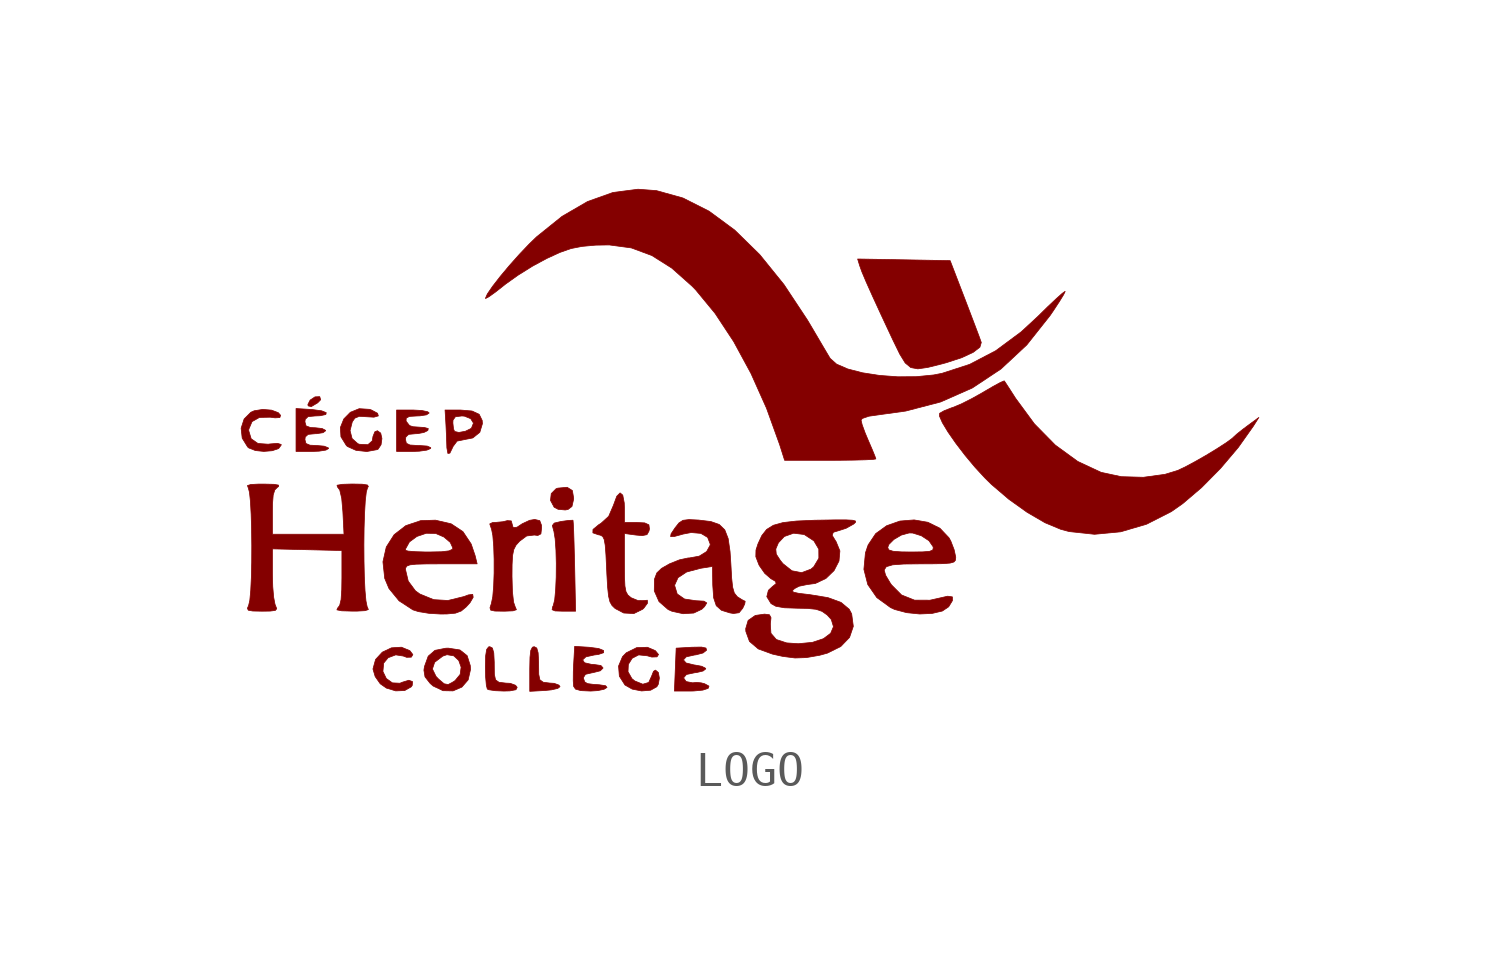
<source format=kicad_sym>
(kicad_symbol_lib
  (version 20220914)
  (generator "bitmap2component")
  (generator_version "8.0")
  (symbol "LOGO"
    (pin_names
      (offset 1.016))
    (property "Reference" "#G"
      (at 0 10.626 0)
      (effects (font (size 1.27 1.27)) hide))
    (symbol "LOGO_0_0"
      (polyline (pts (xy -9.421 -7.182) (xy -9.235 -7.077) (xy -9.205 -7.034) (xy -9.198 -6.926) (xy -9.303 -6.888) (xy -9.481 -6.942) (xy -9.558 -6.973) (xy -9.773 -6.963) (xy -9.948 -6.838) (xy -10.045 -6.636) (xy -10.023 -6.397) (xy -9.895 -6.243) (xy -9.678 -6.161) (xy -9.46 -6.195) (xy -9.367 -6.231) (xy -9.232 -6.227) (xy -9.188 -6.153) (xy -9.274 -6.041) (xy -9.514 -5.942) (xy -9.8 -5.96) (xy -10.062 -6.084) (xy -10.255 -6.293) (xy -10.329 -6.562) (xy -10.329 -6.569) (xy -10.266 -6.782) (xy -10.121 -6.989) (xy -9.945 -7.112) (xy -9.678 -7.192) (xy -9.421 -7.182)) (stroke (width 0.01) (type default)) (fill (type outline)))
      (polyline (pts (xy -7.785 -7.084) (xy -7.605 -6.877) (xy -7.538 -6.583) (xy -7.544 -6.468) (xy -7.634 -6.184) (xy -7.84 -6.021) (xy -8.171 -5.969) (xy -8.246 -5.971) (xy -8.555 -6.032) (xy -8.748 -6.199) (xy -8.855 -6.494) (xy -8.866 -6.566) (xy -8.628 -6.566) (xy -8.564 -6.373) (xy -8.332 -6.197) (xy -8.211 -6.156) (xy -8.017 -6.189) (xy -7.874 -6.322) (xy -7.806 -6.513) (xy -7.833 -6.719) (xy -7.978 -6.896) (xy -8.025 -6.929) (xy -8.176 -7.011) (xy -8.292 -6.989) (xy -8.451 -6.855) (xy -8.524 -6.779) (xy -8.628 -6.566) (xy -8.866 -6.566) (xy -8.871 -6.599) (xy -8.84 -6.79) (xy -8.692 -6.979) (xy -8.607 -7.053) (xy -8.325 -7.186) (xy -8.038 -7.192) (xy -7.785 -7.084)) (stroke (width 0.01) (type default)) (fill (type outline)))
      (polyline (pts (xy -6.411 -7.192) (xy -6.237 -7.159) (xy -6.202 -7.091) (xy -6.248 -7.032) (xy -6.4 -6.976) (xy -6.525 -6.97) (xy -6.723 -6.946) (xy -6.821 -6.876) (xy -6.855 -6.719) (xy -6.858 -6.435) (xy -6.858 -6.373) (xy -6.872 -6.104) (xy -6.911 -5.966) (xy -6.985 -5.927) (xy -7.021 -5.934) (xy -7.076 -6.008) (xy -7.104 -6.188) (xy -7.112 -6.505) (xy -7.112 -6.507) (xy -7.104 -6.805) (xy -7.084 -7.033) (xy -7.056 -7.14) (xy -7.013 -7.159) (xy -6.836 -7.186) (xy -6.583 -7.197) (xy -6.411 -7.192)) (stroke (width 0.01) (type default)) (fill (type outline)))
      (polyline (pts (xy -5.397 -7.18) (xy -5.225 -7.163) (xy -5.039 -7.121) (xy -4.976 -7.07) (xy -5.008 -7.026) (xy -5.145 -6.976) (xy -5.264 -6.969) (xy -5.456 -6.945) (xy -5.552 -6.875) (xy -5.585 -6.719) (xy -5.588 -6.435) (xy -5.588 -6.373) (xy -5.602 -6.104) (xy -5.641 -5.966) (xy -5.715 -5.927) (xy -5.765 -5.942) (xy -5.812 -6.032) (xy -5.835 -6.23) (xy -5.842 -6.566) (xy -5.842 -7.205) (xy -5.397 -7.18)) (stroke (width 0.01) (type default)) (fill (type outline)))
      (polyline (pts (xy -3.895 -7.184) (xy -3.713 -7.145) (xy -3.631 -7.093) (xy -3.67 -7.045) (xy -3.852 -7.017) (xy -4.014 -7.007) (xy -4.189 -6.984) (xy -4.269 -6.935) (xy -4.301 -6.843) (xy -4.304 -6.81) (xy -4.248 -6.718) (xy -4.054 -6.673) (xy -4.039 -6.672) (xy -3.822 -6.617) (xy -3.743 -6.537) (xy -3.805 -6.466) (xy -4.015 -6.435) (xy -4.074 -6.433) (xy -4.275 -6.387) (xy -4.328 -6.304) (xy -4.236 -6.218) (xy -4 -6.165) (xy -3.878 -6.15) (xy -3.727 -6.099) (xy -3.728 -6.037) (xy -3.869 -5.98) (xy -4.14 -5.944) (xy -4.556 -5.918) (xy -4.585 -6.42) (xy -4.595 -6.644) (xy -4.597 -6.904) (xy -4.587 -7.06) (xy -4.533 -7.141) (xy -4.382 -7.184) (xy -4.1 -7.197) (xy -3.895 -7.184)) (stroke (width 0.01) (type default)) (fill (type outline)))
      (polyline (pts (xy -2.383 -7.173) (xy -2.205 -7.074) (xy -2.162 -7) (xy -2.132 -6.825) (xy -2.161 -6.666) (xy -2.244 -6.597) (xy -2.3 -6.633) (xy -2.356 -6.775) (xy -2.437 -6.951) (xy -2.606 -7.001) (xy -2.837 -6.908) (xy -2.918 -6.842) (xy -3.03 -6.643) (xy -3.02 -6.434) (xy -2.911 -6.259) (xy -2.724 -6.162) (xy -2.48 -6.187) (xy -2.349 -6.224) (xy -2.2 -6.218) (xy -2.156 -6.151) (xy -2.247 -6.041) (xy -2.474 -5.944) (xy -2.783 -5.955) (xy -3.079 -6.102) (xy -3.187 -6.213) (xy -3.3 -6.482) (xy -3.277 -6.772) (xy -3.117 -7.024) (xy -2.911 -7.141) (xy -2.641 -7.194) (xy -2.383 -7.173)) (stroke (width 0.01) (type default)) (fill (type outline)))
      (polyline (pts (xy -1.149 -7.195) (xy -0.888 -7.17) (xy -0.736 -7.12) (xy -0.712 -7.056) (xy -0.837 -6.988) (xy -0.937 -6.962) (xy -1.071 -6.95) (xy -1.181 -6.961) (xy -1.367 -6.925) (xy -1.439 -6.821) (xy -1.439 -6.82) (xy -1.358 -6.723) (xy -1.122 -6.673) (xy -1.065 -6.667) (xy -0.879 -6.622) (xy -0.804 -6.562) (xy -0.809 -6.546) (xy -0.918 -6.488) (xy -1.122 -6.451) (xy -1.139 -6.449) (xy -1.368 -6.393) (xy -1.443 -6.305) (xy -1.364 -6.218) (xy -1.128 -6.165) (xy -1.083 -6.16) (xy -0.882 -6.107) (xy -0.781 -6.028) (xy -0.798 -5.966) (xy -0.928 -5.938) (xy -1.198 -5.943) (xy -1.651 -5.969) (xy -1.676 -6.583) (xy -1.701 -7.197) (xy -1.236 -7.197) (xy -1.149 -7.195)) (stroke (width 0.01) (type default)) (fill (type outline)))
      (polyline (pts (xy 2.075 -6.239) (xy 2.454 -6.173) (xy 2.676 -6.112) (xy 3.06 -5.922) (xy 3.311 -5.662) (xy 3.419 -5.345) (xy 3.372 -4.989) (xy 3.301 -4.855) (xy 3.069 -4.661) (xy 2.693 -4.523) (xy 2.163 -4.436) (xy 2.139 -4.434) (xy 1.85 -4.399) (xy 1.704 -4.366) (xy 1.675 -4.324) (xy 1.739 -4.263) (xy 1.865 -4.197) (xy 2.095 -4.149) (xy 2.333 -4.117) (xy 2.635 -3.974) (xy 2.868 -3.749) (xy 3.009 -3.475) (xy 3.035 -3.186) (xy 2.924 -2.916) (xy 2.91 -2.898) (xy 2.813 -2.738) (xy 2.847 -2.652) (xy 3.027 -2.598) (xy 3.212 -2.538) (xy 3.429 -2.417) (xy 3.482 -2.367) (xy 3.481 -2.33) (xy 3.398 -2.308) (xy 3.212 -2.298) (xy 2.9 -2.298) (xy 2.44 -2.306) (xy 2.314 -2.308) (xy 1.792 -2.331) (xy 1.407 -2.375) (xy 1.131 -2.452) (xy 0.938 -2.572) (xy 0.8 -2.747) (xy 0.69 -2.985) (xy 0.643 -3.131) (xy 1.2 -3.131) (xy 1.275 -2.954) (xy 1.444 -2.773) (xy 1.711 -2.679) (xy 2.004 -2.715) (xy 2.023 -2.722) (xy 2.291 -2.898) (xy 2.431 -3.135) (xy 2.433 -3.395) (xy 2.286 -3.641) (xy 2.206 -3.708) (xy 1.94 -3.808) (xy 1.661 -3.754) (xy 1.405 -3.55) (xy 1.33 -3.458) (xy 1.214 -3.279) (xy 1.2 -3.131) (xy 0.643 -3.131) (xy 0.633 -3.163) (xy 0.629 -3.352) (xy 0.715 -3.577) (xy 0.73 -3.607) (xy 0.886 -3.83) (xy 1.061 -3.981) (xy 1.19 -4.056) (xy 1.211 -4.12) (xy 1.1 -4.21) (xy 0.989 -4.312) (xy 0.943 -4.495) (xy 1.064 -4.693) (xy 1.201 -4.77) (xy 1.443 -4.813) (xy 1.822 -4.826) (xy 2.102 -4.831) (xy 2.352 -4.857) (xy 2.525 -4.916) (xy 2.673 -5.021) (xy 2.789 -5.149) (xy 2.851 -5.354) (xy 2.771 -5.543) (xy 2.565 -5.698) (xy 2.25 -5.803) (xy 1.843 -5.842) (xy 1.511 -5.819) (xy 1.215 -5.722) (xy 1.061 -5.543) (xy 1.044 -5.28) (xy 1.063 -5.097) (xy 1.018 -5.013) (xy 0.878 -4.995) (xy 0.614 -5.033) (xy 0.409 -5.175) (xy 0.339 -5.412) (xy 0.343 -5.49) (xy 0.447 -5.776) (xy 0.699 -5.991) (xy 1.104 -6.139) (xy 1.4 -6.205) (xy 1.75 -6.25) (xy 2.075 -6.239)) (stroke (width 0.01) (type default)) (fill (type outline)))
      (polyline (pts (xy -8.219 -4.991) (xy -7.97 -4.968) (xy -7.803 -4.906) (xy -7.659 -4.787) (xy -7.551 -4.667) (xy -7.461 -4.513) (xy -7.475 -4.43) (xy -7.599 -4.445) (xy -7.723 -4.492) (xy -8.184 -4.605) (xy -8.593 -4.581) (xy -8.989 -4.419) (xy -9.114 -4.328) (xy -9.32 -4.05) (xy -9.398 -3.721) (xy -9.394 -3.674) (xy -9.361 -3.62) (xy -9.271 -3.585) (xy -9.094 -3.566) (xy -8.804 -3.558) (xy -8.373 -3.556) (xy -7.348 -3.556) (xy -7.405 -3.323) (xy -7.519 -2.987) (xy -7.754 -2.634) (xy -8.09 -2.411) (xy -8.54 -2.306) (xy -8.966 -2.32) (xy -9.39 -2.463) (xy -9.724 -2.722) (xy -9.948 -3.074) (xy -9.97 -3.17) (xy -9.398 -3.17) (xy -9.393 -3.122) (xy -9.286 -2.929) (xy -9.072 -2.772) (xy -8.805 -2.681) (xy -8.536 -2.685) (xy -8.3 -2.787) (xy -8.117 -2.942) (xy -8.043 -3.103) (xy -8.054 -3.137) (xy -8.149 -3.184) (xy -8.363 -3.21) (xy -8.721 -3.217) (xy -8.816 -3.217) (xy -9.113 -3.208) (xy -9.32 -3.192) (xy -9.398 -3.17) (xy -9.97 -3.17) (xy -10.044 -3.498) (xy -9.993 -3.972) (xy -9.871 -4.262) (xy -9.582 -4.615) (xy -9.186 -4.873) (xy -9.028 -4.923) (xy -8.729 -4.972) (xy -8.399 -4.992) (xy -8.219 -4.991)) (stroke (width 0.01) (type default)) (fill (type outline)))
      (polyline (pts (xy -2.61 -4.855) (xy -2.574 -4.821) (xy -2.471 -4.68) (xy -2.477 -4.598) (xy -2.594 -4.607) (xy -2.739 -4.609) (xy -2.933 -4.53) (xy -2.949 -4.519) (xy -3.034 -4.448) (xy -3.088 -4.351) (xy -3.118 -4.191) (xy -3.13 -3.934) (xy -3.133 -3.543) (xy -3.133 -2.687) (xy -2.801 -2.732) (xy -2.621 -2.748) (xy -2.487 -2.72) (xy -2.43 -2.62) (xy -2.416 -2.555) (xy -2.432 -2.439) (xy -2.552 -2.384) (xy -2.808 -2.371) (xy -3.133 -2.371) (xy -3.133 -1.947) (xy -3.137 -1.815) (xy -3.18 -1.59) (xy -3.256 -1.525) (xy -3.351 -1.621) (xy -3.448 -1.884) (xy -3.582 -2.195) (xy -3.804 -2.397) (xy -3.865 -2.434) (xy -4.032 -2.572) (xy -4.035 -2.669) (xy -3.873 -2.725) (xy -3.824 -2.734) (xy -3.756 -2.77) (xy -3.712 -2.856) (xy -3.682 -3.022) (xy -3.661 -3.297) (xy -3.641 -3.712) (xy -3.635 -3.848) (xy -3.613 -4.227) (xy -3.586 -4.481) (xy -3.546 -4.644) (xy -3.486 -4.75) (xy -3.398 -4.834) (xy -3.153 -4.963) (xy -2.862 -4.979) (xy -2.61 -4.855)) (stroke (width 0.01) (type default)) (fill (type outline)))
      (polyline (pts (xy -1.147 -4.964) (xy -0.917 -4.855) (xy -0.84 -4.781) (xy -0.775 -4.675) (xy -0.855 -4.624) (xy -1.09 -4.611) (xy -1.412 -4.563) (xy -1.621 -4.418) (xy -1.693 -4.183) (xy -1.693 -4.161) (xy -1.598 -3.951) (xy -1.351 -3.789) (xy -0.962 -3.685) (xy -0.611 -3.629) (xy -0.604 -4.159) (xy -0.603 -4.178) (xy -0.578 -4.53) (xy -0.503 -4.754) (xy -0.355 -4.885) (xy -0.113 -4.96) (xy -0.01 -4.977) (xy 0.149 -4.955) (xy 0.253 -4.828) (xy 0.311 -4.703) (xy 0.324 -4.628) (xy 0.229 -4.58) (xy 0.097 -4.496) (xy 0.013 -4.39) (xy -0.035 -4.225) (xy -0.063 -3.964) (xy -0.085 -3.57) (xy -0.109 -3.205) (xy -0.163 -2.832) (xy -0.26 -2.583) (xy -0.419 -2.429) (xy -0.659 -2.345) (xy -1 -2.304) (xy -1.004 -2.303) (xy -1.286 -2.289) (xy -1.456 -2.31) (xy -1.571 -2.384) (xy -1.687 -2.531) (xy -1.797 -2.697) (xy -1.81 -2.775) (xy -1.7 -2.772) (xy -1.449 -2.703) (xy -1.223 -2.66) (xy -0.944 -2.684) (xy -0.75 -2.799) (xy -0.677 -2.99) (xy -0.679 -3.022) (xy -0.779 -3.204) (xy -0.992 -3.336) (xy -1.272 -3.387) (xy -1.311 -3.388) (xy -1.558 -3.442) (xy -1.832 -3.551) (xy -2.069 -3.685) (xy -2.204 -3.815) (xy -2.273 -3.997) (xy -2.277 -4.331) (xy -2.142 -4.636) (xy -1.882 -4.863) (xy -1.772 -4.913) (xy -1.454 -4.983) (xy -1.147 -4.964)) (stroke (width 0.01) (type default)) (fill (type outline)))
      (polyline (pts (xy 5.675 -4.975) (xy 5.968 -4.906) (xy 6.148 -4.785) (xy 6.255 -4.61) (xy 6.255 -4.502) (xy 6.119 -4.482) (xy 5.839 -4.546) (xy 5.611 -4.597) (xy 5.171 -4.595) (xy 4.799 -4.447) (xy 4.511 -4.157) (xy 4.471 -4.097) (xy 4.343 -3.882) (xy 4.302 -3.732) (xy 4.364 -3.637) (xy 4.545 -3.584) (xy 4.863 -3.561) (xy 5.334 -3.556) (xy 5.672 -3.555) (xy 5.991 -3.55) (xy 6.19 -3.534) (xy 6.298 -3.503) (xy 6.342 -3.453) (xy 6.35 -3.378) (xy 6.349 -3.357) (xy 6.304 -3.15) (xy 6.211 -2.908) (xy 6.157 -2.81) (xy 5.897 -2.536) (xy 5.552 -2.366) (xy 5.159 -2.299) (xy 4.755 -2.331) (xy 4.376 -2.463) (xy 4.06 -2.691) (xy 3.843 -3.016) (xy 3.817 -3.092) (xy 4.403 -3.092) (xy 4.434 -3.004) (xy 4.581 -2.857) (xy 4.795 -2.732) (xy 5.019 -2.671) (xy 5.119 -2.674) (xy 5.367 -2.752) (xy 5.584 -2.894) (xy 5.701 -3.063) (xy 5.708 -3.098) (xy 5.692 -3.162) (xy 5.602 -3.198) (xy 5.406 -3.214) (xy 5.072 -3.217) (xy 4.795 -3.214) (xy 4.557 -3.196) (xy 4.436 -3.157) (xy 4.403 -3.092) (xy 3.817 -3.092) (xy 3.766 -3.242) (xy 3.722 -3.713) (xy 3.833 -4.148) (xy 4.091 -4.521) (xy 4.488 -4.81) (xy 4.603 -4.862) (xy 4.945 -4.953) (xy 5.318 -4.991) (xy 5.675 -4.975)) (stroke (width 0.01) (type default)) (fill (type outline)))
      (polyline (pts (xy -13.273 -4.908) (xy -13.124 -4.889) (xy -13.084 -4.84) (xy -13.12 -4.747) (xy -13.134 -4.712) (xy -13.172 -4.511) (xy -13.198 -4.209) (xy -13.208 -3.855) (xy -13.208 -3.127) (xy -12.213 -3.151) (xy -11.218 -3.175) (xy -11.218 -3.961) (xy -11.223 -4.296) (xy -11.242 -4.579) (xy -11.282 -4.746) (xy -11.345 -4.828) (xy -11.361 -4.873) (xy -11.224 -4.9) (xy -10.926 -4.909) (xy -10.789 -4.909) (xy -10.557 -4.896) (xy -10.462 -4.865) (xy -10.482 -4.809) (xy -10.495 -4.787) (xy -10.53 -4.617) (xy -10.557 -4.322) (xy -10.576 -3.935) (xy -10.586 -3.487) (xy -10.589 -3.012) (xy -10.584 -2.542) (xy -10.57 -2.11) (xy -10.549 -1.75) (xy -10.519 -1.492) (xy -10.482 -1.372) (xy -10.461 -1.346) (xy -10.485 -1.3) (xy -10.632 -1.277) (xy -10.926 -1.271) (xy -11.206 -1.28) (xy -11.357 -1.306) (xy -11.347 -1.352) (xy -11.28 -1.444) (xy -11.224 -1.681) (xy -11.19 -2.07) (xy -11.158 -2.709) (xy -12.183 -2.709) (xy -13.208 -2.709) (xy -13.208 -2.079) (xy -13.205 -1.838) (xy -13.185 -1.586) (xy -13.139 -1.44) (xy -13.06 -1.361) (xy -13.032 -1.343) (xy -13.033 -1.302) (xy -13.169 -1.28) (xy -13.458 -1.273) (xy -13.595 -1.273) (xy -13.827 -1.285) (xy -13.922 -1.316) (xy -13.902 -1.372) (xy -13.899 -1.376) (xy -13.864 -1.508) (xy -13.836 -1.774) (xy -13.816 -2.139) (xy -13.803 -2.573) (xy -13.798 -3.04) (xy -13.8 -3.51) (xy -13.81 -3.948) (xy -13.828 -4.322) (xy -13.854 -4.599) (xy -13.888 -4.747) (xy -13.923 -4.828) (xy -13.898 -4.883) (xy -13.77 -4.906) (xy -13.504 -4.911) (xy -13.273 -4.908)) (stroke (width 0.01) (type default)) (fill (type outline)))
      (polyline (pts (xy -6.56 -4.911) (xy -6.32 -4.901) (xy -6.224 -4.869) (xy -6.248 -4.809) (xy -6.252 -4.806) (xy -6.305 -4.653) (xy -6.338 -4.35) (xy -6.35 -3.916) (xy -6.348 -3.584) (xy -6.334 -3.319) (xy -6.299 -3.146) (xy -6.236 -3.023) (xy -6.133 -2.908) (xy -5.931 -2.758) (xy -5.71 -2.731) (xy -5.611 -2.744) (xy -5.523 -2.698) (xy -5.503 -2.528) (xy -5.506 -2.451) (xy -5.556 -2.319) (xy -5.699 -2.286) (xy -5.845 -2.31) (xy -6.059 -2.41) (xy -6.205 -2.507) (xy -6.317 -2.521) (xy -6.35 -2.404) (xy -6.371 -2.327) (xy -6.484 -2.319) (xy -6.606 -2.35) (xy -6.826 -2.371) (xy -6.903 -2.373) (xy -6.987 -2.413) (xy -6.946 -2.534) (xy -6.937 -2.554) (xy -6.899 -2.744) (xy -6.874 -3.049) (xy -6.862 -3.423) (xy -6.862 -3.82) (xy -6.875 -4.194) (xy -6.901 -4.501) (xy -6.941 -4.694) (xy -6.98 -4.813) (xy -6.96 -4.881) (xy -6.84 -4.907) (xy -6.585 -4.911) (xy -6.56 -4.911)) (stroke (width 0.01) (type default)) (fill (type outline)))
      (polyline (pts (xy -4.557 -3.62) (xy -4.563 -3.377) (xy -4.574 -2.96) (xy -4.585 -2.624) (xy -4.596 -2.397) (xy -4.604 -2.31) (xy -4.611 -2.308) (xy -4.726 -2.313) (xy -4.93 -2.341) (xy -4.955 -2.345) (xy -5.14 -2.389) (xy -5.195 -2.459) (xy -5.159 -2.598) (xy -5.15 -2.625) (xy -5.115 -2.841) (xy -5.092 -3.163) (xy -5.082 -3.543) (xy -5.085 -3.938) (xy -5.101 -4.3) (xy -5.128 -4.585) (xy -5.168 -4.747) (xy -5.187 -4.786) (xy -5.202 -4.869) (xy -5.115 -4.904) (xy -4.893 -4.911) (xy -4.53 -4.911) (xy -4.557 -3.62)) (stroke (width 0.01) (type default)) (fill (type outline)))
      (polyline (pts (xy 11.072 -2.639) (xy 11.814 -2.421) (xy 12.521 -2.061) (xy 12.849 -1.831) (xy 13.389 -1.371) (xy 13.931 -0.822) (xy 14.437 -0.225) (xy 14.866 0.381) (xy 15.027 0.635) (xy 14.689 0.386) (xy 14.573 0.299) (xy 14.397 0.159) (xy 14.309 0.079) (xy 14.265 0.037) (xy 14.09 -0.091) (xy 13.827 -0.261) (xy 13.516 -0.45) (xy 13.197 -0.632) (xy 12.912 -0.785) (xy 12.7 -0.884) (xy 12.34 -0.994) (xy 11.72 -1.079) (xy 11.087 -1.061) (xy 10.511 -0.937) (xy 10.507 -0.935) (xy 9.841 -0.624) (xy 9.2 -0.157) (xy 8.602 0.451) (xy 8.062 1.185) (xy 7.914 1.416) (xy 7.795 1.599) (xy 7.742 1.679) (xy 7.734 1.68) (xy 7.626 1.634) (xy 7.42 1.522) (xy 7.151 1.365) (xy 7.127 1.35) (xy 6.805 1.17) (xy 6.501 1.017) (xy 6.276 0.924) (xy 6.232 0.91) (xy 6.018 0.826) (xy 5.89 0.753) (xy 5.885 0.674) (xy 5.968 0.484) (xy 6.13 0.216) (xy 6.352 -0.103) (xy 6.616 -0.448) (xy 6.904 -0.793) (xy 7.197 -1.11) (xy 7.372 -1.282) (xy 7.87 -1.707) (xy 8.395 -2.082) (xy 8.905 -2.379) (xy 9.358 -2.568) (xy 9.598 -2.632) (xy 10.323 -2.71) (xy 11.072 -2.639)) (stroke (width 0.01) (type default)) (fill (type outline)))
      (polyline (pts (xy -4.747 -2) (xy -4.634 -1.914) (xy -4.588 -1.714) (xy -4.585 -1.676) (xy -4.622 -1.458) (xy -4.771 -1.365) (xy -5.038 -1.389) (xy -5.089 -1.407) (xy -5.226 -1.544) (xy -5.248 -1.74) (xy -5.144 -1.934) (xy -5.03 -1.995) (xy -4.827 -2.014) (xy -4.747 -2)) (stroke (width 0.01) (type default)) (fill (type outline)))
      (polyline (pts (xy 3.017 -0.592) (xy 3.432 -0.587) (xy 3.764 -0.578) (xy 3.984 -0.567) (xy 4.064 -0.553) (xy 4.04 -0.48) (xy 3.963 -0.291) (xy 3.852 -0.034) (xy 3.757 0.192) (xy 3.673 0.422) (xy 3.641 0.554) (xy 3.674 0.604) (xy 3.86 0.669) (xy 4.212 0.719) (xy 4.919 0.817) (xy 5.92 1.078) (xy 6.826 1.478) (xy 7.645 2.021) (xy 8.384 2.71) (xy 9.05 3.55) (xy 9.143 3.686) (xy 9.317 3.951) (xy 9.438 4.148) (xy 9.483 4.241) (xy 9.48 4.243) (xy 9.401 4.187) (xy 9.23 4.035) (xy 8.989 3.808) (xy 8.7 3.524) (xy 8.225 3.085) (xy 7.497 2.545) (xy 6.749 2.154) (xy 5.958 1.897) (xy 5.716 1.85) (xy 5.219 1.801) (xy 4.691 1.798) (xy 4.167 1.837) (xy 3.678 1.913) (xy 3.258 2.022) (xy 2.94 2.16) (xy 2.757 2.323) (xy 2.708 2.404) (xy 2.578 2.623) (xy 2.402 2.922) (xy 2.203 3.26) (xy 2.106 3.423) (xy 1.434 4.438) (xy 0.739 5.297) (xy 0.023 5.998) (xy -0.71 6.538) (xy -1.457 6.915) (xy -2.214 7.126) (xy -2.743 7.166) (xy -3.461 7.073) (xy -4.187 6.814) (xy -4.917 6.39) (xy -5.646 5.803) (xy -5.855 5.601) (xy -6.137 5.305) (xy -6.423 4.984) (xy -6.687 4.669) (xy -6.906 4.387) (xy -7.055 4.169) (xy -7.111 4.043) (xy -7.105 4.039) (xy -7.01 4.089) (xy -6.826 4.221) (xy -6.583 4.412) (xy -6.536 4.45) (xy -6.178 4.705) (xy -5.758 4.967) (xy -5.358 5.183) (xy -4.979 5.357) (xy -4.663 5.468) (xy -4.346 5.53) (xy -3.953 5.566) (xy -3.567 5.572) (xy -2.936 5.487) (xy -2.348 5.269) (xy -1.777 4.909) (xy -1.197 4.393) (xy -1.09 4.283) (xy -0.537 3.612) (xy -0.005 2.805) (xy 0.491 1.891) (xy 0.935 0.897) (xy 1.312 -0.148) (xy 1.453 -0.593) (xy 2.759 -0.593) (xy 3.017 -0.592)) (stroke (width 0.01) (type default)) (fill (type outline)))
      (polyline (pts (xy -8.128 -0.387) (xy -8.043 -0.212) (xy -8.038 -0.198) (xy -7.922 -0.043) (xy -7.713 0) (xy -7.471 0.048) (xy -7.271 0.21) (xy -7.197 0.455) (xy -7.203 0.548) (xy -7.289 0.723) (xy -7.492 0.818) (xy -7.833 0.847) (xy -8.266 0.847) (xy -8.244 0.487) (xy -8.244 0.48) (xy -8.043 0.48) (xy -8.038 0.559) (xy -7.97 0.654) (xy -7.787 0.677) (xy -7.713 0.672) (xy -7.532 0.599) (xy -7.453 0.472) (xy -7.509 0.331) (xy -7.526 0.316) (xy -7.684 0.239) (xy -7.87 0.205) (xy -7.993 0.232) (xy -8.024 0.305) (xy -8.043 0.48) (xy -8.244 0.48) (xy -8.241 0.435) (xy -8.226 0.123) (xy -8.217 -0.148) (xy -8.214 -0.237) (xy -8.185 -0.396) (xy -8.128 -0.387)) (stroke (width 0.01) (type default)) (fill (type outline)))
      (polyline (pts (xy -13.212 -0.318) (xy -13.028 -0.255) (xy -12.954 -0.153) (xy -12.957 -0.14) (xy -13.061 -0.107) (xy -13.281 -0.125) (xy -13.328 -0.132) (xy -13.622 -0.111) (xy -13.815 0.023) (xy -13.885 0.254) (xy -13.883 0.297) (xy -13.791 0.515) (xy -13.578 0.635) (xy -13.27 0.641) (xy -13.133 0.623) (xy -12.994 0.631) (xy -12.974 0.696) (xy -13.04 0.771) (xy -13.232 0.843) (xy -13.483 0.864) (xy -13.729 0.825) (xy -13.825 0.782) (xy -14.017 0.59) (xy -14.103 0.326) (xy -14.072 0.042) (xy -13.916 -0.211) (xy -13.883 -0.239) (xy -13.694 -0.313) (xy -13.453 -0.338) (xy -13.212 -0.318)) (stroke (width 0.01) (type default)) (fill (type outline)))
      (polyline (pts (xy -11.873 -0.331) (xy -11.676 -0.3) (xy -11.599 -0.254) (xy -11.608 -0.235) (xy -11.726 -0.188) (xy -11.938 -0.169) (xy -12.133 -0.16) (xy -12.248 -0.111) (xy -12.277 0) (xy -12.267 0.076) (xy -12.185 0.15) (xy -11.98 0.169) (xy -11.941 0.17) (xy -11.758 0.198) (xy -11.684 0.254) (xy -11.687 0.265) (xy -11.784 0.317) (xy -11.98 0.339) (xy -12.114 0.344) (xy -12.243 0.391) (xy -12.277 0.508) (xy -12.268 0.581) (xy -12.187 0.658) (xy -11.985 0.677) (xy -11.843 0.683) (xy -11.679 0.718) (xy -11.666 0.771) (xy -11.798 0.824) (xy -12.065 0.86) (xy -12.531 0.889) (xy -12.531 0.275) (xy -12.531 -0.339) (xy -12.065 -0.339) (xy -11.873 -0.331)) (stroke (width 0.01) (type default)) (fill (type outline)))
      (polyline (pts (xy -10.209 -0.287) (xy -10.181 -0.272) (xy -10.098 -0.146) (xy -10.073 0.03) (xy -10.108 0.186) (xy -10.202 0.254) (xy -10.275 0.224) (xy -10.329 0.09) (xy -10.349 -0.034) (xy -10.474 -0.146) (xy -10.714 -0.134) (xy -10.763 -0.117) (xy -10.927 0.03) (xy -10.985 0.258) (xy -10.921 0.51) (xy -10.848 0.614) (xy -10.719 0.667) (xy -10.49 0.653) (xy -10.302 0.642) (xy -10.176 0.678) (xy -10.197 0.753) (xy -10.377 0.849) (xy -10.428 0.866) (xy -10.723 0.885) (xy -10.976 0.782) (xy -11.164 0.591) (xy -11.262 0.346) (xy -11.246 0.081) (xy -11.091 -0.169) (xy -11.058 -0.199) (xy -10.813 -0.308) (xy -10.505 -0.341) (xy -10.209 -0.287)) (stroke (width 0.01) (type default)) (fill (type outline)))
      (polyline (pts (xy -9.006 -0.332) (xy -8.786 -0.301) (xy -8.678 -0.254) (xy -8.676 -0.23) (xy -8.777 -0.185) (xy -9.012 -0.169) (xy -9.048 -0.169) (xy -9.271 -0.155) (xy -9.373 -0.105) (xy -9.398 0) (xy -9.389 0.073) (xy -9.309 0.15) (xy -9.107 0.169) (xy -9.048 0.171) (xy -8.87 0.205) (xy -8.759 0.261) (xy -8.746 0.316) (xy -8.864 0.348) (xy -8.958 0.353) (xy -9.185 0.369) (xy -9.284 0.402) (xy -9.382 0.529) (xy -9.378 0.614) (xy -9.287 0.664) (xy -9.066 0.677) (xy -8.984 0.68) (xy -8.796 0.709) (xy -8.721 0.762) (xy -8.762 0.797) (xy -8.931 0.833) (xy -9.186 0.847) (xy -9.652 0.847) (xy -9.652 0.254) (xy -9.652 -0.339) (xy -9.191 -0.339) (xy -9.006 -0.332)) (stroke (width 0.01) (type default)) (fill (type outline)))
      (polyline (pts (xy -11.912 1.053) (xy -11.827 1.141) (xy -11.852 1.227) (xy -11.856 1.229) (xy -11.988 1.223) (xy -12.127 1.131) (xy -12.192 1.006) (xy -12.184 0.965) (xy -12.094 0.945) (xy -11.912 1.053)) (stroke (width 0.01) (type default)) (fill (type outline)))
      (polyline (pts (xy 5.55 2.066) (xy 5.952 2.166) (xy 6.088 2.203) (xy 6.527 2.347) (xy 6.851 2.498) (xy 7.042 2.645) (xy 7.082 2.779) (xy 7.075 2.8) (xy 7.015 2.966) (xy 6.909 3.247) (xy 6.771 3.61) (xy 6.614 4.022) (xy 6.191 5.122) (xy 4.867 5.146) (xy 3.543 5.169) (xy 3.602 4.976) (xy 3.665 4.801) (xy 3.788 4.51) (xy 3.974 4.095) (xy 4.226 3.547) (xy 4.549 2.857) (xy 4.565 2.824) (xy 4.751 2.443) (xy 4.904 2.195) (xy 5.064 2.062) (xy 5.266 2.025) (xy 5.55 2.066)) (stroke (width 0.01) (type default)) (fill (type outline))))))
</source>
